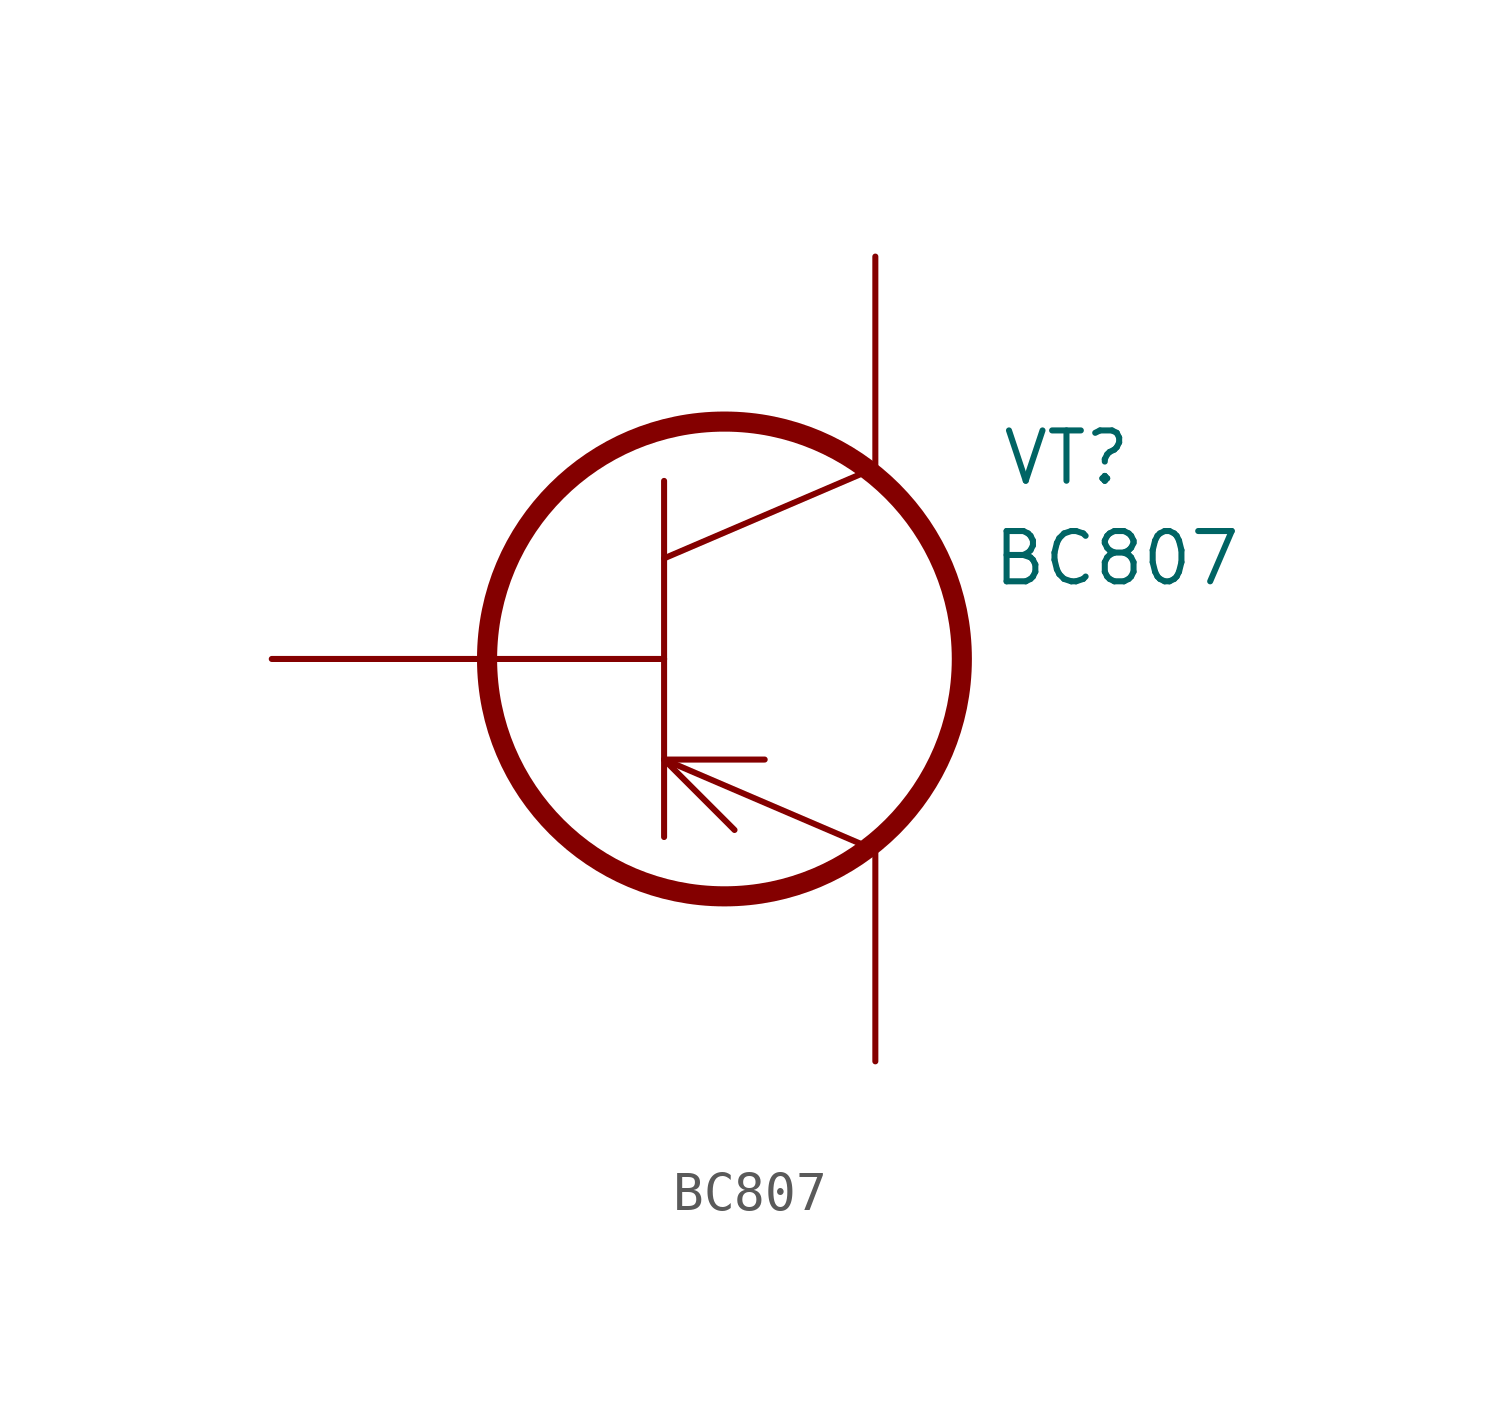
<source format=kicad_sym>
(kicad_symbol_lib
  (version 20211014)
  (generator kicad_symbol_editor)
  (symbol "BC807"
    (pin_numbers hide)
    (pin_names
      (offset 1.016) hide)
    (property "Reference" "VT"
      (at 20.066 5.08 0)
      (effects (font (size 1.27 1.27))))
    (property "Value" "BC807"
      (at 21.336 2.54 0)
      (effects (font (size 1.27 1.27))))
    (symbol "BC807_0_1"
      (polyline (pts (xy 5.08 0) (xy 9.906 0)) (stroke (width 0) (type default) (color 0 0 0 0)) (fill (type none)))
      (polyline (pts (xy 9.906 -2.54) (xy 11.684 -4.318)) (stroke (width 0) (type default) (color 0 0 0 0)) (fill (type none)))
      (polyline (pts (xy 9.906 -2.54) (xy 12.446 -2.54)) (stroke (width 0) (type default) (color 0 0 0 0)) (fill (type none)))
      (polyline (pts (xy 9.906 -2.54) (xy 15.24 -4.826)) (stroke (width 0) (type default) (color 0 0 0 0)) (fill (type none)))
      (polyline (pts (xy 9.906 0) (xy 9.906 -4.496)) (stroke (width 0) (type default) (color 0 0 0 0)) (fill (type none)))
      (polyline (pts (xy 9.906 0) (xy 9.906 4.496)) (stroke (width 0) (type default) (color 0 0 0 0)) (fill (type none)))
      (polyline (pts (xy 9.906 2.54) (xy 15.24 4.826)) (stroke (width 0) (type default) (color 0 0 0 0)) (fill (type none)))
      (circle (center 11.43 0) (radius 5.994) (stroke (width 0.508) (type default) (color 0 0 0 0)) (fill (type none))))
    (symbol "BC807_1_1"
      (pin passive line (at 0 0 0) (length 5.08) (name "1" (effects (font (size 1.27 1.27)))) (number "1" (effects (font (size 1.27 1.27)))))
      (pin passive line (at 15.24 -10.16 90) (length 5.334) (name "2" (effects (font (size 1.27 1.27)))) (number "2" (effects (font (size 1.27 1.27)))))
      (pin passive line (at 15.24 10.16 270) (length 5.334) (name "3" (effects (font (size 1.27 1.27)))) (number "3" (effects (font (size 1.27 1.27))))))))
</source>
